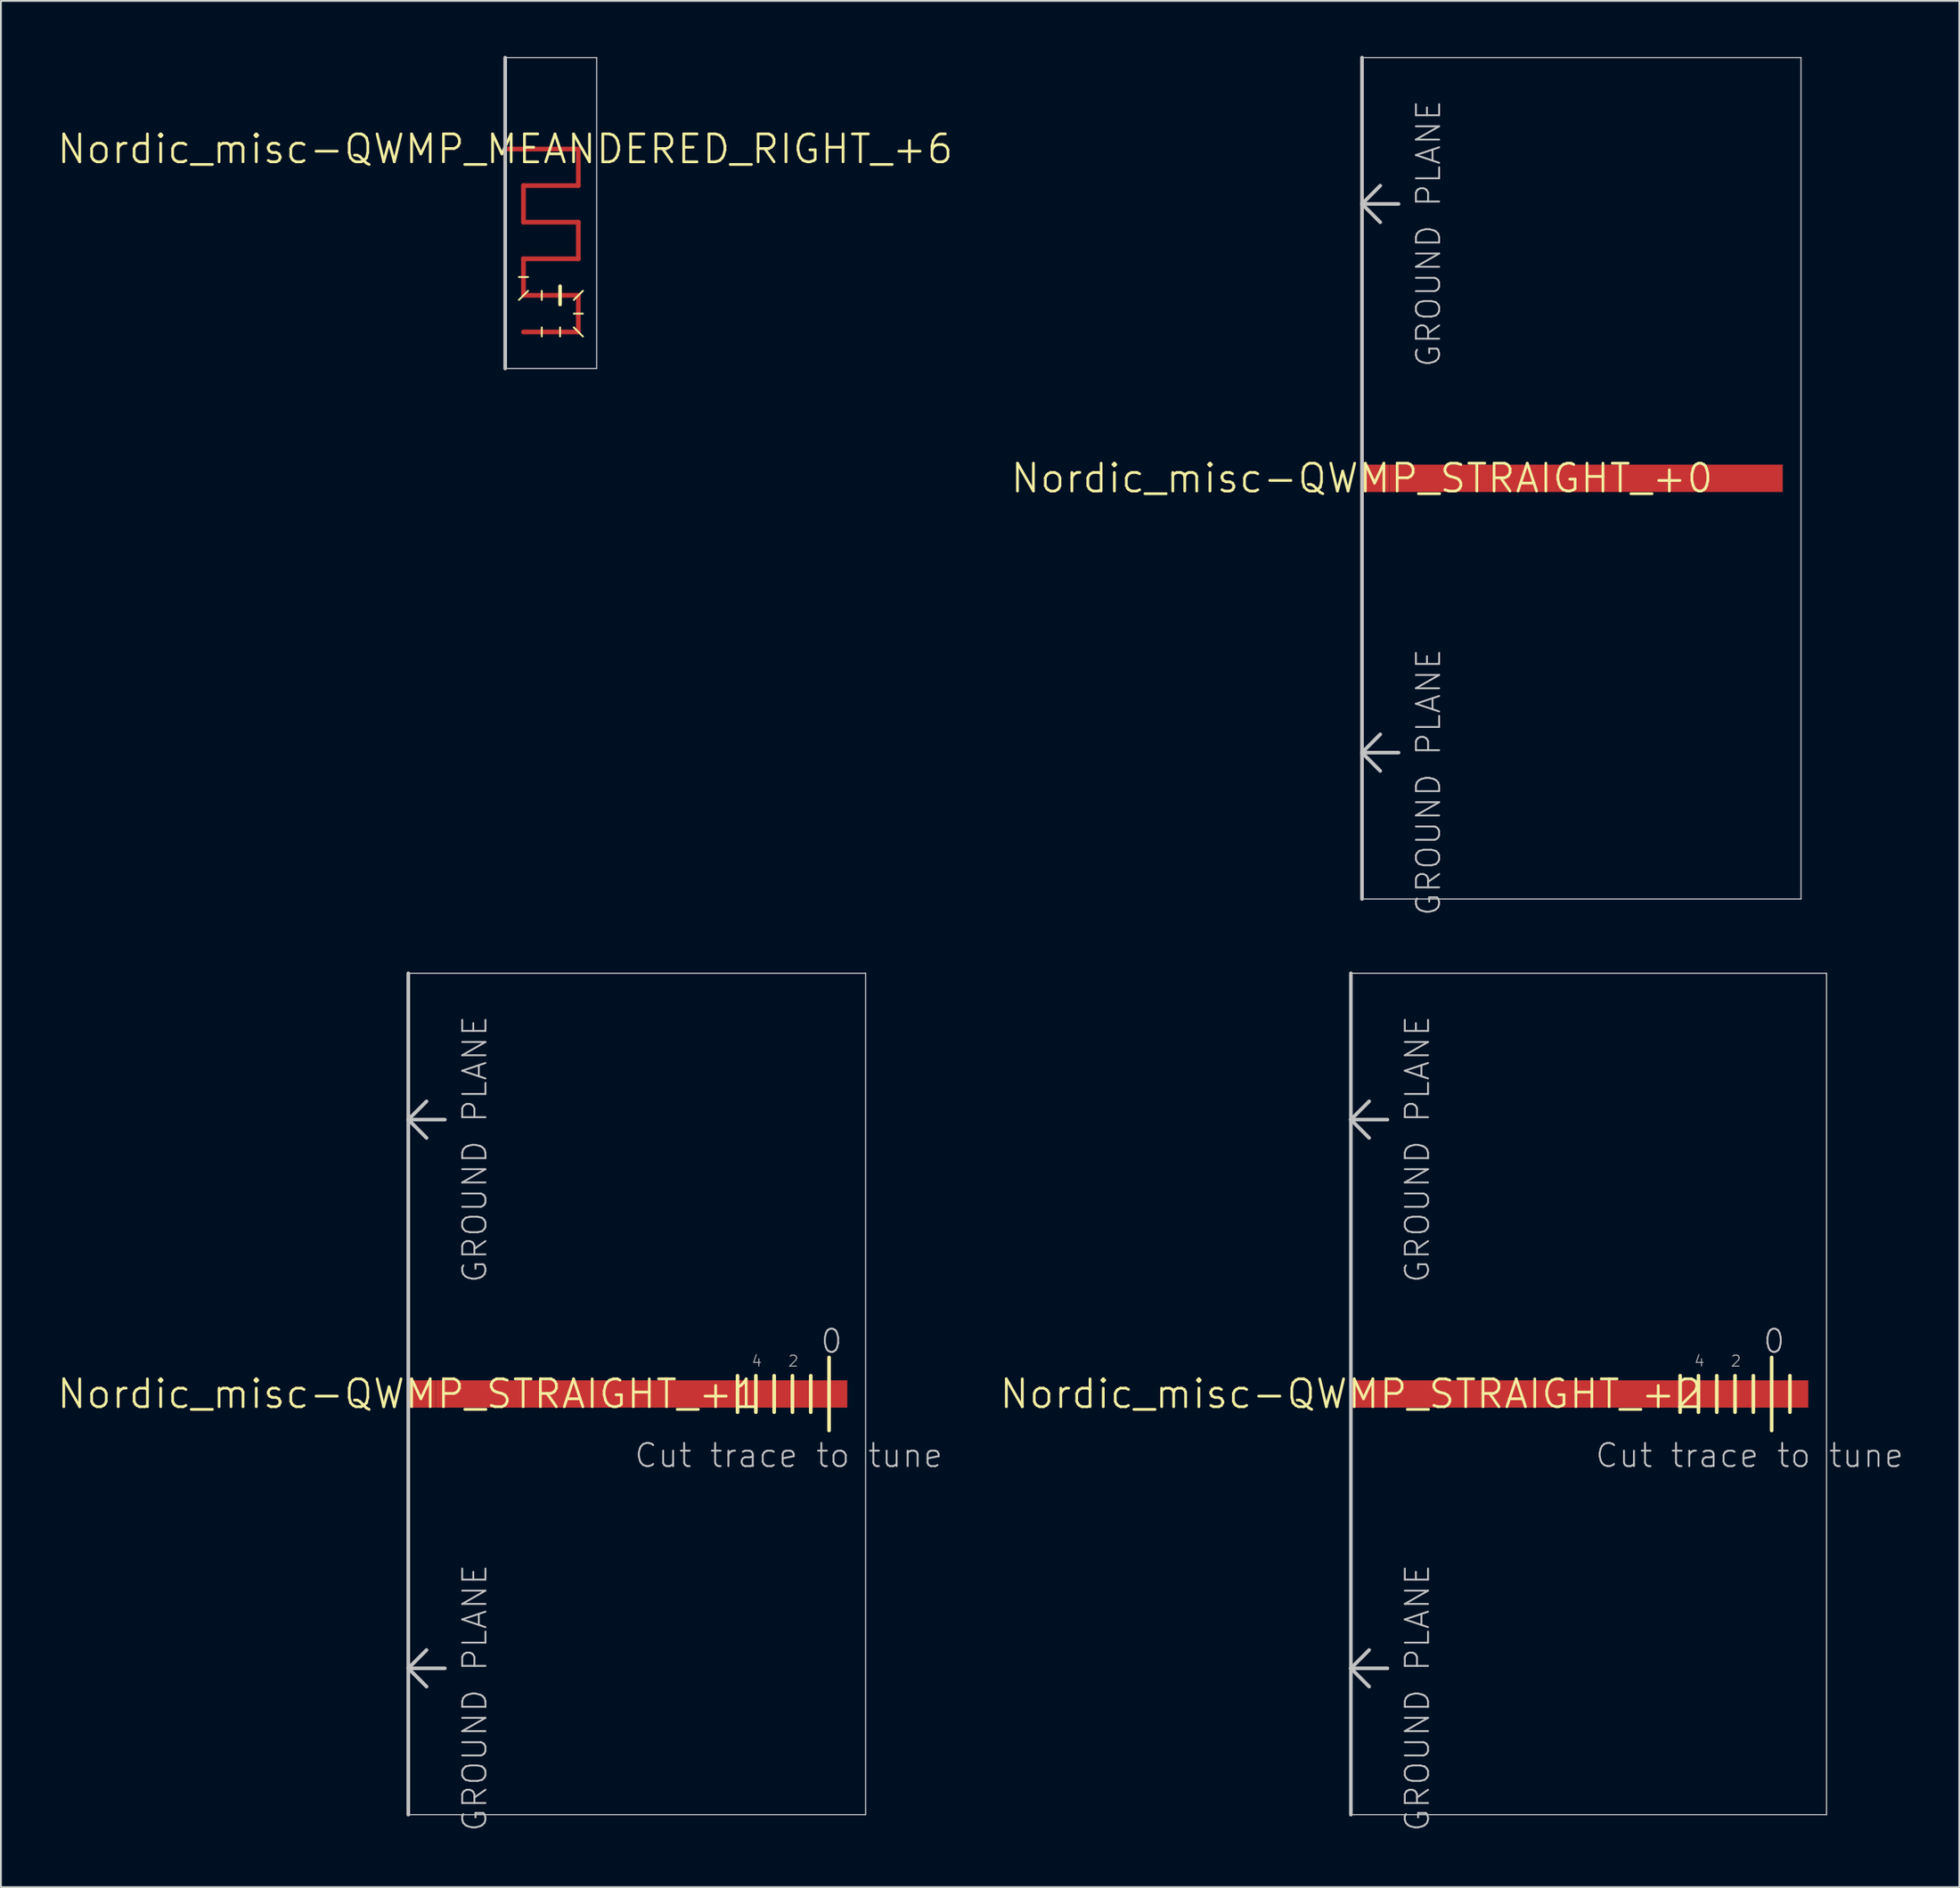
<source format=kicad_pcb>
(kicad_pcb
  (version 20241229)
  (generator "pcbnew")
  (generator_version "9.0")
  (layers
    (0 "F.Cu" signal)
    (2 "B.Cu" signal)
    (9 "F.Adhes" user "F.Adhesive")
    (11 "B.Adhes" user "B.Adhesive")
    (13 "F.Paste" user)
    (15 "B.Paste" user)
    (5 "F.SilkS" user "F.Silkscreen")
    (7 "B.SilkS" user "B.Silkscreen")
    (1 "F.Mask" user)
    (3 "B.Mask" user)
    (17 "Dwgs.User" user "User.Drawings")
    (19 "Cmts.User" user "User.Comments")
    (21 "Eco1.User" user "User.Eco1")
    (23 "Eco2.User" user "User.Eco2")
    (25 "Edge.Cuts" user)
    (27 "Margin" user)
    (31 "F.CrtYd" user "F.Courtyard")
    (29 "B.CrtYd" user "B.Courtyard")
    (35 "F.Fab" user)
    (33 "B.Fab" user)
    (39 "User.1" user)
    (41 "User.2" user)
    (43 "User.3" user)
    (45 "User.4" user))
  (footprint "Nordic_misc-QWMP_STRAIGHT_+0"
    (layer "F.Cu")
    (at 71.399 23.099)
    (property "Reference" "Nordic_misc-QWMP_STRAIGHT_+0" (at 0 0 0) (layer "F.SilkS") (effects (font (size 1.524 1.524) (thickness 0.15))))
    (attr smd)
    (fp_poly (pts (xy 1.499 0.749) (xy 23 0.749) (xy 23 -0.749) (xy 1.499 -0.749) (xy 1.499 0.749)) (stroke (width 0) (type solid)) (fill yes) (layer "F.Cu"))
    (fp_line (start 0 -23) (end 23.998 -23) (stroke (width 0.066) (type solid)) (layer "Dwgs.User"))
    (fp_line (start 0 -14.999) (end 0 -23) (stroke (width 0.198) (type solid)) (layer "Dwgs.User"))
    (fp_line (start 0 -14.999) (end 0.998 -15.999) (stroke (width 0.198) (type solid)) (layer "Dwgs.User"))
    (fp_line (start 0 -14.999) (end 0.998 -13.998) (stroke (width 0.198) (type solid)) (layer "Dwgs.User"))
    (fp_line (start 0 -14.999) (end 1.999 -14.999) (stroke (width 0.198) (type solid)) (layer "Dwgs.User"))
    (fp_line (start 0 14.999) (end 0 -14.999) (stroke (width 0.198) (type solid)) (layer "Dwgs.User"))
    (fp_line (start 0 14.999) (end 0.998 13.998) (stroke (width 0.198) (type solid)) (layer "Dwgs.User"))
    (fp_line (start 0 14.999) (end 0.998 15.999) (stroke (width 0.198) (type solid)) (layer "Dwgs.User"))
    (fp_line (start 0 14.999) (end 1.999 14.999) (stroke (width 0.198) (type solid)) (layer "Dwgs.User"))
    (fp_line (start 0 23) (end 0 -23) (stroke (width 0.066) (type solid)) (layer "Dwgs.User"))
    (fp_line (start 0 23) (end 0 14.999) (stroke (width 0.198) (type solid)) (layer "Dwgs.User"))
    (fp_line (start 0 23) (end 23.998 23) (stroke (width 0.066) (type solid)) (layer "Dwgs.User"))
    (fp_line (start 23.998 23) (end 23.998 -23) (stroke (width 0.066) (type solid)) (layer "Dwgs.User"))
    (fp_text user "GROUND PLANE" (at 3.635 -13.378 270) (layer "Dwgs.User") (effects (font (size 1.27 1.27) (thickness 0.102))))
    (fp_text user "GROUND PLANE" (at 3.635 16.619 270) (layer "Dwgs.User") (effects (font (size 1.27 1.27) (thickness 0.102))))
    (pad "P$1" smd rect (at 0.749 0) (size 1.499 1.499) (layers "F.Cu" "F.Mask" "F.Paste")))
  (footprint "Nordic_misc-QWMP_STRAIGHT_+1"
    (layer "F.Cu")
    (at 19.268 73.16)
    (property "Reference" "Nordic_misc-QWMP_STRAIGHT_+1" (at 0 0 0) (layer "F.SilkS") (effects (font (size 1.524 1.524) (thickness 0.15))))
    (attr smd)
    (fp_poly (pts (xy 1.499 0.749) (xy 23.998 0.749) (xy 23.998 -0.749) (xy 1.499 -0.749) (xy 1.499 0.749)) (stroke (width 0) (type solid)) (fill yes) (layer "F.Cu"))
    (fp_line (start 17.998 -0.998) (end 17.998 0.998) (stroke (width 0.198) (type solid)) (layer "F.SilkS"))
    (fp_line (start 18.999 -0.998) (end 18.999 0.998) (stroke (width 0.198) (type solid)) (layer "F.SilkS"))
    (fp_line (start 20 -0.998) (end 20 0.998) (stroke (width 0.198) (type solid)) (layer "F.SilkS"))
    (fp_line (start 20.998 -0.998) (end 20.998 0.998) (stroke (width 0.198) (type solid)) (layer "F.SilkS"))
    (fp_line (start 21.999 -0.998) (end 21.999 0.998) (stroke (width 0.198) (type solid)) (layer "F.SilkS"))
    (fp_line (start 23 -1.999) (end 23 1.999) (stroke (width 0.198) (type solid)) (layer "F.SilkS"))
    (fp_line (start 0 -23) (end 24.999 -23) (stroke (width 0.066) (type solid)) (layer "Dwgs.User"))
    (fp_line (start 0 -14.999) (end 0 -23) (stroke (width 0.198) (type solid)) (layer "Dwgs.User"))
    (fp_line (start 0 -14.999) (end 0.998 -15.999) (stroke (width 0.198) (type solid)) (layer "Dwgs.User"))
    (fp_line (start 0 -14.999) (end 0.998 -13.998) (stroke (width 0.198) (type solid)) (layer "Dwgs.User"))
    (fp_line (start 0 -14.999) (end 1.999 -14.999) (stroke (width 0.198) (type solid)) (layer "Dwgs.User"))
    (fp_line (start 0 14.999) (end 0 -14.999) (stroke (width 0.198) (type solid)) (layer "Dwgs.User"))
    (fp_line (start 0 14.999) (end 0.998 13.998) (stroke (width 0.198) (type solid)) (layer "Dwgs.User"))
    (fp_line (start 0 14.999) (end 0.998 15.999) (stroke (width 0.198) (type solid)) (layer "Dwgs.User"))
    (fp_line (start 0 14.999) (end 1.999 14.999) (stroke (width 0.198) (type solid)) (layer "Dwgs.User"))
    (fp_line (start 0 23) (end 0 -23) (stroke (width 0.066) (type solid)) (layer "Dwgs.User"))
    (fp_line (start 0 23) (end 0 14.999) (stroke (width 0.198) (type solid)) (layer "Dwgs.User"))
    (fp_line (start 0 23) (end 24.999 23) (stroke (width 0.066) (type solid)) (layer "Dwgs.User"))
    (fp_line (start 24.999 23) (end 24.999 -23) (stroke (width 0.066) (type solid)) (layer "Dwgs.User"))
    (fp_text user "2" (at 21.049 -1.798 0) (layer "Dwgs.User") (effects (font (size 0.599 0.599) (thickness 0.051))))
    (fp_text user "4" (at 19.05 -1.798 0) (layer "Dwgs.User") (effects (font (size 0.599 0.599) (thickness 0.051))))
    (fp_text user "0" (at 23.134 -2.883 0) (layer "Dwgs.User") (effects (font (size 1.27 1.27) (thickness 0.102))))
    (fp_text user "Cut trace to tune" (at 20.795 3.363 0) (layer "Dwgs.User") (effects (font (size 1.27 1.27) (thickness 0.102))))
    (fp_text user "GROUND PLANE" (at 3.635 -13.378 270) (layer "Dwgs.User") (effects (font (size 1.27 1.27) (thickness 0.102))))
    (fp_text user "GROUND PLANE" (at 3.635 16.619 270) (layer "Dwgs.User") (effects (font (size 1.27 1.27) (thickness 0.102))))
    (pad "P$1" smd rect (at 0.749 0) (size 1.499 1.499) (layers "F.Cu" "F.Mask" "F.Paste")))
  (footprint "Nordic_misc-QWMP_MEANDERED_RIGHT_+6"
    (layer "F.Cu")
    (at 24.565 5.098)
    (property "Reference" "Nordic_misc-QWMP_MEANDERED_RIGHT_+6" (at 0 0 0) (layer "F.SilkS") (effects (font (size 1.524 1.524) (thickness 0.15))))
    (attr smd)
    (fp_line (start 0 0) (end 3.998 0) (stroke (width 0.254) (type solid)) (layer "F.Cu"))
    (fp_line (start 0.998 1.999) (end 0.998 3.998) (stroke (width 0.254) (type solid)) (layer "F.Cu"))
    (fp_line (start 0.998 3.998) (end 3.998 3.998) (stroke (width 0.254) (type solid)) (layer "F.Cu"))
    (fp_line (start 0.998 5.999) (end 0.998 7.998) (stroke (width 0.254) (type solid)) (layer "F.Cu"))
    (fp_line (start 0.998 7.998) (end 3.998 7.998) (stroke (width 0.254) (type solid)) (layer "F.Cu"))
    (fp_line (start 3.998 0) (end 3.998 1.999) (stroke (width 0.254) (type solid)) (layer "F.Cu"))
    (fp_line (start 3.998 1.999) (end 0.998 1.999) (stroke (width 0.254) (type solid)) (layer "F.Cu"))
    (fp_line (start 3.998 3.998) (end 3.998 5.999) (stroke (width 0.254) (type solid)) (layer "F.Cu"))
    (fp_line (start 3.998 5.999) (end 0.998 5.999) (stroke (width 0.254) (type solid)) (layer "F.Cu"))
    (fp_line (start 3.998 7.998) (end 3.998 10) (stroke (width 0.254) (type solid)) (layer "F.Cu"))
    (fp_line (start 3.998 10) (end 0.998 10) (stroke (width 0.254) (type solid)) (layer "F.Cu"))
    (fp_line (start 1.25 6.998) (end 0.749 6.998) (stroke (width 0.099) (type solid)) (layer "F.SilkS"))
    (fp_line (start 1.25 7.75) (end 0.749 8.25) (stroke (width 0.099) (type solid)) (layer "F.SilkS"))
    (fp_line (start 1.999 8.25) (end 1.999 7.75) (stroke (width 0.099) (type solid)) (layer "F.SilkS"))
    (fp_line (start 1.999 9.749) (end 1.999 10.249) (stroke (width 0.099) (type solid)) (layer "F.SilkS"))
    (fp_line (start 3 7.498) (end 3 8.499) (stroke (width 0.198) (type solid)) (layer "F.SilkS"))
    (fp_line (start 3 9.749) (end 3 10.249) (stroke (width 0.099) (type solid)) (layer "F.SilkS"))
    (fp_line (start 3.749 8.999) (end 4.249 8.999) (stroke (width 0.099) (type solid)) (layer "F.SilkS"))
    (fp_line (start 3.749 9.749) (end 4.249 10.249) (stroke (width 0.099) (type solid)) (layer "F.SilkS"))
    (fp_line (start 4.249 7.75) (end 3.749 8.25) (stroke (width 0.099) (type solid)) (layer "F.SilkS"))
    (fp_line (start 0 -4.999) (end 0 11.999) (stroke (width 0.198) (type solid)) (layer "Dwgs.User"))
    (fp_line (start 0 -4.999) (end 4.999 -4.999) (stroke (width 0.066) (type solid)) (layer "Dwgs.User"))
    (fp_line (start 0 11.999) (end 0 -4.999) (stroke (width 0.066) (type solid)) (layer "Dwgs.User"))
    (fp_line (start 0 11.999) (end 4.999 11.999) (stroke (width 0.066) (type solid)) (layer "Dwgs.User"))
    (fp_line (start 4.999 11.999) (end 4.999 -4.999) (stroke (width 0.066) (type solid)) (layer "Dwgs.User"))
    (pad "P$1" smd circle (at 0 0) (size 0.254 0.254) (layers "F.Cu" "F.Mask" "F.Paste")))
  (footprint "Nordic_misc-QWMP_STRAIGHT_+2"
    (layer "F.Cu")
    (at 70.792 73.16)
    (property "Reference" "Nordic_misc-QWMP_STRAIGHT_+2" (at 0 0 0) (layer "F.SilkS") (effects (font (size 1.524 1.524) (thickness 0.15))))
    (attr smd)
    (fp_poly (pts (xy 1.499 0.749) (xy 24.999 0.749) (xy 24.999 -0.749) (xy 1.499 -0.749) (xy 1.499 0.749)) (stroke (width 0) (type solid)) (fill yes) (layer "F.Cu"))
    (fp_line (start 17.998 -0.998) (end 17.998 0.998) (stroke (width 0.198) (type solid)) (layer "F.SilkS"))
    (fp_line (start 18.999 -0.998) (end 18.999 0.998) (stroke (width 0.198) (type solid)) (layer "F.SilkS"))
    (fp_line (start 20 -0.998) (end 20 0.998) (stroke (width 0.198) (type solid)) (layer "F.SilkS"))
    (fp_line (start 20.998 -0.998) (end 20.998 0.998) (stroke (width 0.198) (type solid)) (layer "F.SilkS"))
    (fp_line (start 21.999 -0.998) (end 21.999 0.998) (stroke (width 0.198) (type solid)) (layer "F.SilkS"))
    (fp_line (start 23 -1.999) (end 23 1.999) (stroke (width 0.198) (type solid)) (layer "F.SilkS"))
    (fp_line (start 23.998 -0.998) (end 23.998 0.998) (stroke (width 0.198) (type solid)) (layer "F.SilkS"))
    (fp_line (start 0 -23) (end 25.999 -23) (stroke (width 0.066) (type solid)) (layer "Dwgs.User"))
    (fp_line (start 0 -14.999) (end 0 -23) (stroke (width 0.198) (type solid)) (layer "Dwgs.User"))
    (fp_line (start 0 -14.999) (end 0.998 -15.999) (stroke (width 0.198) (type solid)) (layer "Dwgs.User"))
    (fp_line (start 0 -14.999) (end 0.998 -13.998) (stroke (width 0.198) (type solid)) (layer "Dwgs.User"))
    (fp_line (start 0 -14.999) (end 1.999 -14.999) (stroke (width 0.198) (type solid)) (layer "Dwgs.User"))
    (fp_line (start 0 14.999) (end 0 -14.999) (stroke (width 0.198) (type solid)) (layer "Dwgs.User"))
    (fp_line (start 0 14.999) (end 0.998 13.998) (stroke (width 0.198) (type solid)) (layer "Dwgs.User"))
    (fp_line (start 0 14.999) (end 0.998 15.999) (stroke (width 0.198) (type solid)) (layer "Dwgs.User"))
    (fp_line (start 0 14.999) (end 1.999 14.999) (stroke (width 0.198) (type solid)) (layer "Dwgs.User"))
    (fp_line (start 0 23) (end 0 -23) (stroke (width 0.066) (type solid)) (layer "Dwgs.User"))
    (fp_line (start 0 23) (end 0 14.999) (stroke (width 0.198) (type solid)) (layer "Dwgs.User"))
    (fp_line (start 0 23) (end 25.999 23) (stroke (width 0.066) (type solid)) (layer "Dwgs.User"))
    (fp_line (start 25.999 23) (end 25.999 -23) (stroke (width 0.066) (type solid)) (layer "Dwgs.User"))
    (fp_text user "GROUND PLANE" (at 3.635 -13.378 270) (layer "Dwgs.User") (effects (font (size 1.27 1.27) (thickness 0.102))))
    (fp_text user "GROUND PLANE" (at 3.635 16.619 270) (layer "Dwgs.User") (effects (font (size 1.27 1.27) (thickness 0.102))))
    (fp_text user "0" (at 23.134 -2.883 0) (layer "Dwgs.User") (effects (font (size 1.27 1.27) (thickness 0.102))))
    (fp_text user "4" (at 19.05 -1.798 0) (layer "Dwgs.User") (effects (font (size 0.599 0.599) (thickness 0.051))))
    (fp_text user "2" (at 21.049 -1.798 0) (layer "Dwgs.User") (effects (font (size 0.599 0.599) (thickness 0.051))))
    (fp_text user "Cut trace to tune" (at 21.793 3.363 0) (layer "Dwgs.User") (effects (font (size 1.27 1.27) (thickness 0.102))))
    (pad "P$1" smd rect (at 0.749 0) (size 1.499 1.499) (layers "F.Cu" "F.Mask" "F.Paste")))
  (gr_rect
    (start -3 -3)
    (end 104.047 100.122)
    (stroke (width 0.1) (type default))
    (fill no)
    (layer "Edge.Cuts")))
</source>
